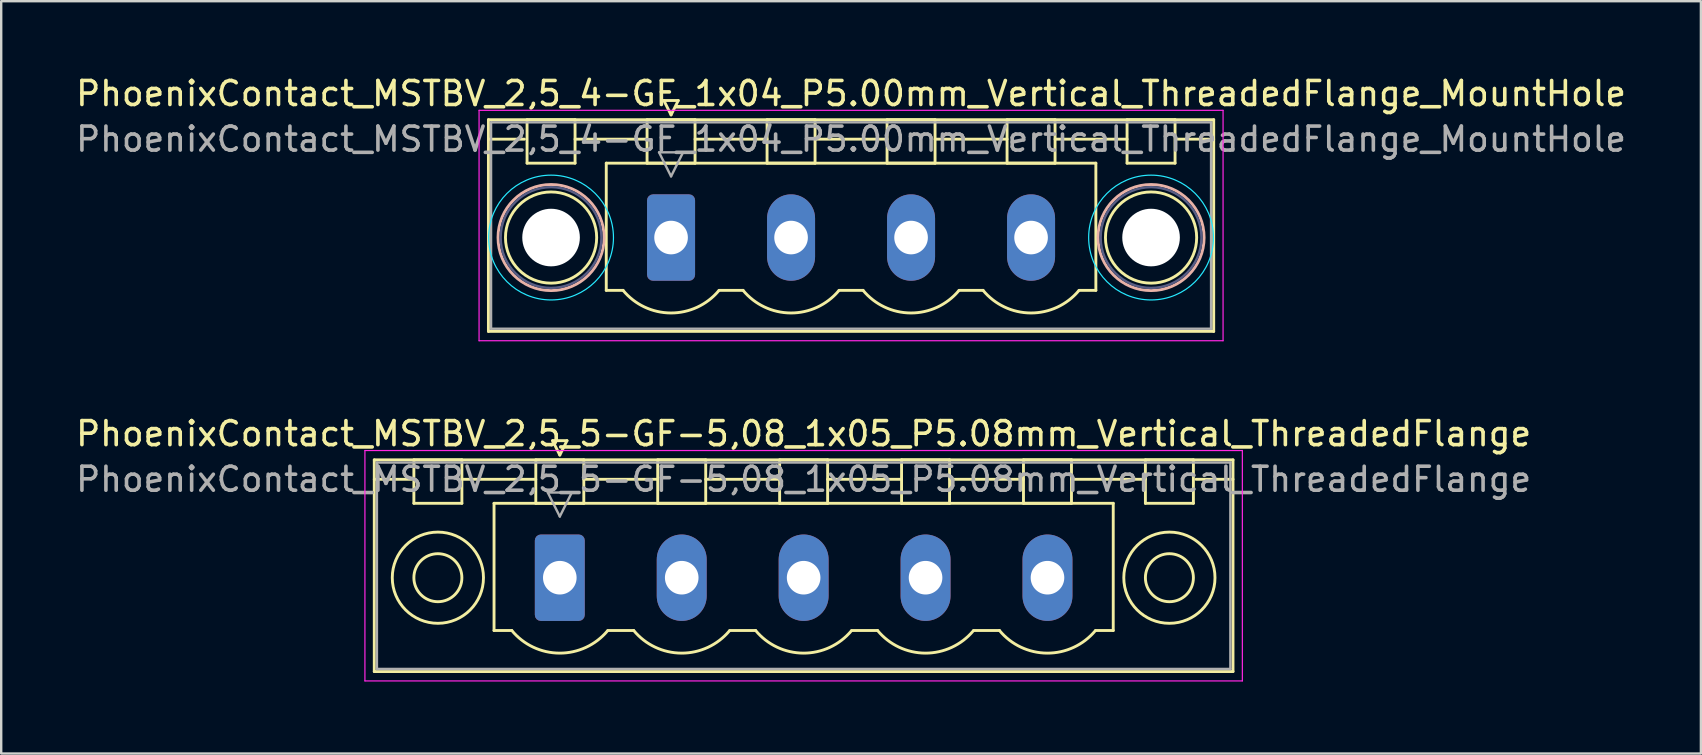
<source format=kicad_pcb>
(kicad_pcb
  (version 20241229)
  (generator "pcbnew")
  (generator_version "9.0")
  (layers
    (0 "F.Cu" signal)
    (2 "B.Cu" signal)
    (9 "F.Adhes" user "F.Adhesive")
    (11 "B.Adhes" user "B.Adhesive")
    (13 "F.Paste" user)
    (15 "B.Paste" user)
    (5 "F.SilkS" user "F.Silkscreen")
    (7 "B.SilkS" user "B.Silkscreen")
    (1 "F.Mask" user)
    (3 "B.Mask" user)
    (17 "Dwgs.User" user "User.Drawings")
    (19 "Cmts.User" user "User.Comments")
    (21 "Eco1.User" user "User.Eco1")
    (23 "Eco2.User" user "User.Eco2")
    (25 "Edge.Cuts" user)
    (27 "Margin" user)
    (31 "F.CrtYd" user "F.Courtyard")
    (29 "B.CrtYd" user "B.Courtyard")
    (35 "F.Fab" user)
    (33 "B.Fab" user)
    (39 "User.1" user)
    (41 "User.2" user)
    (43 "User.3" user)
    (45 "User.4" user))
  (footprint "PhoenixContact_MSTBV_2,5_5-GF-5,08_1x05_P5.08mm_Vertical_ThreadedFlange"
    (layer "F.Cu")
    (at 20.275 21.021)
    (property "Reference" "PhoenixContact_MSTBV_2,5_5-GF-5,08_1x05_P5.08mm_Vertical_ThreadedFlange" (at 10.16 -6 0) (layer "F.SilkS") (effects (font (size 1 1) (thickness 0.15))))
    (attr through_hole)
    (fp_line (start -7.73 -4.91) (end -7.73 3.91) (stroke (width 0.12) (type solid)) (layer "F.SilkS"))
    (fp_line (start -7.73 -4.1) (end -6.19 -4.1) (stroke (width 0.12) (type solid)) (layer "F.SilkS"))
    (fp_line (start -7.73 3.91) (end 28.05 3.91) (stroke (width 0.12) (type solid)) (layer "F.SilkS"))
    (fp_line (start -6.08 -4.91) (end -4.08 -4.91) (stroke (width 0.12) (type solid)) (layer "F.SilkS"))
    (fp_line (start -6.08 -3.1) (end -6.08 -4.91) (stroke (width 0.12) (type solid)) (layer "F.SilkS"))
    (fp_line (start -4.08 -4.91) (end -4.08 -3.1) (stroke (width 0.12) (type solid)) (layer "F.SilkS"))
    (fp_line (start -4.08 -4.1) (end -1 -4.1) (stroke (width 0.12) (type solid)) (layer "F.SilkS"))
    (fp_line (start -4.08 -3.1) (end -6.08 -3.1) (stroke (width 0.12) (type solid)) (layer "F.SilkS"))
    (fp_line (start -2.74 -3.1) (end 23.06 -3.1) (stroke (width 0.12) (type solid)) (layer "F.SilkS"))
    (fp_line (start -2.74 2.2) (end -2.74 -3.1) (stroke (width 0.12) (type solid)) (layer "F.SilkS"))
    (fp_line (start -2 2.2) (end -2.74 2.2) (stroke (width 0.12) (type solid)) (layer "F.SilkS"))
    (fp_line (start -1 -4.91) (end 1 -4.91) (stroke (width 0.12) (type solid)) (layer "F.SilkS"))
    (fp_line (start -1 -3.1) (end -1 -4.91) (stroke (width 0.12) (type solid)) (layer "F.SilkS"))
    (fp_line (start -0.3 -5.71) (end 0.3 -5.71) (stroke (width 0.12) (type solid)) (layer "F.SilkS"))
    (fp_line (start 0 -5.11) (end -0.3 -5.71) (stroke (width 0.12) (type solid)) (layer "F.SilkS"))
    (fp_line (start 0.3 -5.71) (end 0 -5.11) (stroke (width 0.12) (type solid)) (layer "F.SilkS"))
    (fp_line (start 1 -4.91) (end 1 -3.1) (stroke (width 0.12) (type solid)) (layer "F.SilkS"))
    (fp_line (start 1 -4.1) (end 4.08 -4.1) (stroke (width 0.12) (type solid)) (layer "F.SilkS"))
    (fp_line (start 1 -3.1) (end -1 -3.1) (stroke (width 0.12) (type solid)) (layer "F.SilkS"))
    (fp_line (start 2 2.2) (end 3.08 2.2) (stroke (width 0.12) (type solid)) (layer "F.SilkS"))
    (fp_line (start 4.08 -4.91) (end 6.08 -4.91) (stroke (width 0.12) (type solid)) (layer "F.SilkS"))
    (fp_line (start 4.08 -3.1) (end 4.08 -4.91) (stroke (width 0.12) (type solid)) (layer "F.SilkS"))
    (fp_line (start 6.08 -4.91) (end 6.08 -3.1) (stroke (width 0.12) (type solid)) (layer "F.SilkS"))
    (fp_line (start 6.08 -4.1) (end 9.16 -4.1) (stroke (width 0.12) (type solid)) (layer "F.SilkS"))
    (fp_line (start 6.08 -3.1) (end 4.08 -3.1) (stroke (width 0.12) (type solid)) (layer "F.SilkS"))
    (fp_line (start 7.08 2.2) (end 8.16 2.2) (stroke (width 0.12) (type solid)) (layer "F.SilkS"))
    (fp_line (start 9.16 -4.91) (end 11.16 -4.91) (stroke (width 0.12) (type solid)) (layer "F.SilkS"))
    (fp_line (start 9.16 -3.1) (end 9.16 -4.91) (stroke (width 0.12) (type solid)) (layer "F.SilkS"))
    (fp_line (start 11.16 -4.91) (end 11.16 -3.1) (stroke (width 0.12) (type solid)) (layer "F.SilkS"))
    (fp_line (start 11.16 -4.1) (end 14.24 -4.1) (stroke (width 0.12) (type solid)) (layer "F.SilkS"))
    (fp_line (start 11.16 -3.1) (end 9.16 -3.1) (stroke (width 0.12) (type solid)) (layer "F.SilkS"))
    (fp_line (start 12.16 2.2) (end 13.24 2.2) (stroke (width 0.12) (type solid)) (layer "F.SilkS"))
    (fp_line (start 14.24 -4.91) (end 16.24 -4.91) (stroke (width 0.12) (type solid)) (layer "F.SilkS"))
    (fp_line (start 14.24 -3.1) (end 14.24 -4.91) (stroke (width 0.12) (type solid)) (layer "F.SilkS"))
    (fp_line (start 16.24 -4.91) (end 16.24 -3.1) (stroke (width 0.12) (type solid)) (layer "F.SilkS"))
    (fp_line (start 16.24 -4.1) (end 19.32 -4.1) (stroke (width 0.12) (type solid)) (layer "F.SilkS"))
    (fp_line (start 16.24 -3.1) (end 14.24 -3.1) (stroke (width 0.12) (type solid)) (layer "F.SilkS"))
    (fp_line (start 17.24 2.2) (end 18.32 2.2) (stroke (width 0.12) (type solid)) (layer "F.SilkS"))
    (fp_line (start 19.32 -4.91) (end 21.32 -4.91) (stroke (width 0.12) (type solid)) (layer "F.SilkS"))
    (fp_line (start 19.32 -3.1) (end 19.32 -4.91) (stroke (width 0.12) (type solid)) (layer "F.SilkS"))
    (fp_line (start 21.32 -4.91) (end 21.32 -3.1) (stroke (width 0.12) (type solid)) (layer "F.SilkS"))
    (fp_line (start 21.32 -4.1) (end 24.4 -4.1) (stroke (width 0.12) (type solid)) (layer "F.SilkS"))
    (fp_line (start 21.32 -3.1) (end 19.32 -3.1) (stroke (width 0.12) (type solid)) (layer "F.SilkS"))
    (fp_line (start 23.06 -3.1) (end 23.06 2.2) (stroke (width 0.12) (type solid)) (layer "F.SilkS"))
    (fp_line (start 23.06 2.2) (end 22.32 2.2) (stroke (width 0.12) (type solid)) (layer "F.SilkS"))
    (fp_line (start 24.4 -4.91) (end 26.4 -4.91) (stroke (width 0.12) (type solid)) (layer "F.SilkS"))
    (fp_line (start 24.4 -3.1) (end 24.4 -4.91) (stroke (width 0.12) (type solid)) (layer "F.SilkS"))
    (fp_line (start 26.4 -4.91) (end 26.4 -3.1) (stroke (width 0.12) (type solid)) (layer "F.SilkS"))
    (fp_line (start 26.4 -3.1) (end 24.4 -3.1) (stroke (width 0.12) (type solid)) (layer "F.SilkS"))
    (fp_line (start 28.05 -4.91) (end -7.73 -4.91) (stroke (width 0.12) (type solid)) (layer "F.SilkS"))
    (fp_line (start 28.05 -4.1) (end 26.51 -4.1) (stroke (width 0.12) (type solid)) (layer "F.SilkS"))
    (fp_line (start 28.05 3.91) (end 28.05 -4.91) (stroke (width 0.12) (type solid)) (layer "F.SilkS"))
    (fp_arc (start 1.986842 2.215821) (mid -0.010289 3.142758) (end -2 2.2) (stroke (width 0.12) (type solid)) (layer "F.SilkS"))
    (fp_arc (start 7.066842 2.215821) (mid 5.069711 3.142758) (end 3.08 2.2) (stroke (width 0.12) (type solid)) (layer "F.SilkS"))
    (fp_arc (start 12.146842 2.215821) (mid 10.149711 3.142758) (end 8.16 2.2) (stroke (width 0.12) (type solid)) (layer "F.SilkS"))
    (fp_arc (start 17.226842 2.215821) (mid 15.229711 3.142758) (end 13.24 2.2) (stroke (width 0.12) (type solid)) (layer "F.SilkS"))
    (fp_arc (start 22.306842 2.215821) (mid 20.309711 3.142758) (end 18.32 2.2) (stroke (width 0.12) (type solid)) (layer "F.SilkS"))
    (fp_circle (center -5.08 0) (end -4.08 0) (stroke (width 0.12) (type solid)) (fill no) (layer "F.SilkS"))
    (fp_circle (center -5.08 0) (end -3.18 0) (stroke (width 0.12) (type solid)) (fill no) (layer "F.SilkS"))
    (fp_circle (center 25.4 0) (end 26.4 0) (stroke (width 0.12) (type solid)) (fill no) (layer "F.SilkS"))
    (fp_circle (center 25.4 0) (end 27.3 0) (stroke (width 0.12) (type solid)) (fill no) (layer "F.SilkS"))
    (fp_line (start -8.12 -5.3) (end -8.12 4.3) (stroke (width 0.05) (type solid)) (layer "F.CrtYd"))
    (fp_line (start -8.12 4.3) (end 28.44 4.3) (stroke (width 0.05) (type solid)) (layer "F.CrtYd"))
    (fp_line (start 28.44 -5.3) (end -8.12 -5.3) (stroke (width 0.05) (type solid)) (layer "F.CrtYd"))
    (fp_line (start 28.44 4.3) (end 28.44 -5.3) (stroke (width 0.05) (type solid)) (layer "F.CrtYd"))
    (fp_line (start -7.62 -4.8) (end -7.62 3.8) (stroke (width 0.1) (type solid)) (layer "F.Fab"))
    (fp_line (start -7.62 3.8) (end 27.94 3.8) (stroke (width 0.1) (type solid)) (layer "F.Fab"))
    (fp_line (start -0.5 -3.55) (end 0.5 -3.55) (stroke (width 0.1) (type solid)) (layer "F.Fab"))
    (fp_line (start 0 -2.55) (end -0.5 -3.55) (stroke (width 0.1) (type solid)) (layer "F.Fab"))
    (fp_line (start 0.5 -3.55) (end 0 -2.55) (stroke (width 0.1) (type solid)) (layer "F.Fab"))
    (fp_line (start 27.94 -4.8) (end -7.62 -4.8) (stroke (width 0.1) (type solid)) (layer "F.Fab"))
    (fp_line (start 27.94 3.8) (end 27.94 -4.8) (stroke (width 0.1) (type solid)) (layer "F.Fab"))
    (fp_text user "${REFERENCE}" (at 10.16 -4.1 0) (layer "F.Fab") (effects (font (size 1 1) (thickness 0.15))))
    (pad "1" thru_hole roundrect (at 0 0) (size 2.08 3.6) (drill 1.4) (layers "*.Cu" "*.Mask") (roundrect_rratio 0.12))
    (pad "2" thru_hole oval (at 5.08 0) (size 2.08 3.6) (drill 1.4) (layers "*.Cu" "*.Mask"))
    (pad "3" thru_hole oval (at 10.16 0) (size 2.08 3.6) (drill 1.4) (layers "*.Cu" "*.Mask"))
    (pad "4" thru_hole oval (at 15.24 0) (size 2.08 3.6) (drill 1.4) (layers "*.Cu" "*.Mask"))
    (pad "5" thru_hole oval (at 20.32 0) (size 2.08 3.6) (drill 1.4) (layers "*.Cu" "*.Mask")))
  (footprint "PhoenixContact_MSTBV_2,5_4-GF_1x04_P5.00mm_Vertical_ThreadedFlange_MountHole"
    (layer "F.Cu")
    (at 24.911 6.848)
    (property "Reference" "PhoenixContact_MSTBV_2,5_4-GF_1x04_P5.00mm_Vertical_ThreadedFlange_MountHole" (at 7.5 -6 0) (layer "F.SilkS") (effects (font (size 1 1) (thickness 0.15))))
    (attr through_hole)
    (fp_line (start -7.61 -4.91) (end -7.61 3.91) (stroke (width 0.12) (type solid)) (layer "F.SilkS"))
    (fp_line (start -7.61 -4.1) (end -6.11 -4.1) (stroke (width 0.12) (type solid)) (layer "F.SilkS"))
    (fp_line (start -7.61 3.91) (end 22.61 3.91) (stroke (width 0.12) (type solid)) (layer "F.SilkS"))
    (fp_line (start -6 -4.91) (end -4 -4.91) (stroke (width 0.12) (type solid)) (layer "F.SilkS"))
    (fp_line (start -6 -3.1) (end -6 -4.91) (stroke (width 0.12) (type solid)) (layer "F.SilkS"))
    (fp_line (start -4 -4.91) (end -4 -3.1) (stroke (width 0.12) (type solid)) (layer "F.SilkS"))
    (fp_line (start -4 -4.1) (end -1 -4.1) (stroke (width 0.12) (type solid)) (layer "F.SilkS"))
    (fp_line (start -4 -3.1) (end -6 -3.1) (stroke (width 0.12) (type solid)) (layer "F.SilkS"))
    (fp_line (start -2.7 -3.1) (end 17.7 -3.1) (stroke (width 0.12) (type solid)) (layer "F.SilkS"))
    (fp_line (start -2.7 2.2) (end -2.7 -3.1) (stroke (width 0.12) (type solid)) (layer "F.SilkS"))
    (fp_line (start -2 2.2) (end -2.7 2.2) (stroke (width 0.12) (type solid)) (layer "F.SilkS"))
    (fp_line (start -1 -4.91) (end 1 -4.91) (stroke (width 0.12) (type solid)) (layer "F.SilkS"))
    (fp_line (start -1 -3.1) (end -1 -4.91) (stroke (width 0.12) (type solid)) (layer "F.SilkS"))
    (fp_line (start -0.3 -5.71) (end 0.3 -5.71) (stroke (width 0.12) (type solid)) (layer "F.SilkS"))
    (fp_line (start 0 -5.11) (end -0.3 -5.71) (stroke (width 0.12) (type solid)) (layer "F.SilkS"))
    (fp_line (start 0.3 -5.71) (end 0 -5.11) (stroke (width 0.12) (type solid)) (layer "F.SilkS"))
    (fp_line (start 1 -4.91) (end 1 -3.1) (stroke (width 0.12) (type solid)) (layer "F.SilkS"))
    (fp_line (start 1 -4.1) (end 4 -4.1) (stroke (width 0.12) (type solid)) (layer "F.SilkS"))
    (fp_line (start 1 -3.1) (end -1 -3.1) (stroke (width 0.12) (type solid)) (layer "F.SilkS"))
    (fp_line (start 2 2.2) (end 3 2.2) (stroke (width 0.12) (type solid)) (layer "F.SilkS"))
    (fp_line (start 4 -4.91) (end 6 -4.91) (stroke (width 0.12) (type solid)) (layer "F.SilkS"))
    (fp_line (start 4 -3.1) (end 4 -4.91) (stroke (width 0.12) (type solid)) (layer "F.SilkS"))
    (fp_line (start 6 -4.91) (end 6 -3.1) (stroke (width 0.12) (type solid)) (layer "F.SilkS"))
    (fp_line (start 6 -4.1) (end 9 -4.1) (stroke (width 0.12) (type solid)) (layer "F.SilkS"))
    (fp_line (start 6 -3.1) (end 4 -3.1) (stroke (width 0.12) (type solid)) (layer "F.SilkS"))
    (fp_line (start 7 2.2) (end 8 2.2) (stroke (width 0.12) (type solid)) (layer "F.SilkS"))
    (fp_line (start 9 -4.91) (end 11 -4.91) (stroke (width 0.12) (type solid)) (layer "F.SilkS"))
    (fp_line (start 9 -3.1) (end 9 -4.91) (stroke (width 0.12) (type solid)) (layer "F.SilkS"))
    (fp_line (start 11 -4.91) (end 11 -3.1) (stroke (width 0.12) (type solid)) (layer "F.SilkS"))
    (fp_line (start 11 -4.1) (end 14 -4.1) (stroke (width 0.12) (type solid)) (layer "F.SilkS"))
    (fp_line (start 11 -3.1) (end 9 -3.1) (stroke (width 0.12) (type solid)) (layer "F.SilkS"))
    (fp_line (start 12 2.2) (end 13 2.2) (stroke (width 0.12) (type solid)) (layer "F.SilkS"))
    (fp_line (start 14 -4.91) (end 16 -4.91) (stroke (width 0.12) (type solid)) (layer "F.SilkS"))
    (fp_line (start 14 -3.1) (end 14 -4.91) (stroke (width 0.12) (type solid)) (layer "F.SilkS"))
    (fp_line (start 16 -4.91) (end 16 -3.1) (stroke (width 0.12) (type solid)) (layer "F.SilkS"))
    (fp_line (start 16 -4.1) (end 19 -4.1) (stroke (width 0.12) (type solid)) (layer "F.SilkS"))
    (fp_line (start 16 -3.1) (end 14 -3.1) (stroke (width 0.12) (type solid)) (layer "F.SilkS"))
    (fp_line (start 17.7 -3.1) (end 17.7 2.2) (stroke (width 0.12) (type solid)) (layer "F.SilkS"))
    (fp_line (start 17.7 2.2) (end 17 2.2) (stroke (width 0.12) (type solid)) (layer "F.SilkS"))
    (fp_line (start 19 -4.91) (end 21 -4.91) (stroke (width 0.12) (type solid)) (layer "F.SilkS"))
    (fp_line (start 19 -3.1) (end 19 -4.91) (stroke (width 0.12) (type solid)) (layer "F.SilkS"))
    (fp_line (start 21 -4.91) (end 21 -3.1) (stroke (width 0.12) (type solid)) (layer "F.SilkS"))
    (fp_line (start 21 -3.1) (end 19 -3.1) (stroke (width 0.12) (type solid)) (layer "F.SilkS"))
    (fp_line (start 22.61 -4.91) (end -7.61 -4.91) (stroke (width 0.12) (type solid)) (layer "F.SilkS"))
    (fp_line (start 22.61 -4.1) (end 21.11 -4.1) (stroke (width 0.12) (type solid)) (layer "F.SilkS"))
    (fp_line (start 22.61 3.91) (end 22.61 -4.91) (stroke (width 0.12) (type solid)) (layer "F.SilkS"))
    (fp_arc (start 1.986842 2.215821) (mid -0.010289 3.142758) (end -2 2.2) (stroke (width 0.12) (type solid)) (layer "F.SilkS"))
    (fp_arc (start 6.986842 2.215821) (mid 4.989711 3.142758) (end 3 2.2) (stroke (width 0.12) (type solid)) (layer "F.SilkS"))
    (fp_arc (start 11.986842 2.215821) (mid 9.989711 3.142758) (end 8 2.2) (stroke (width 0.12) (type solid)) (layer "F.SilkS"))
    (fp_arc (start 16.986842 2.215821) (mid 14.989711 3.142758) (end 13 2.2) (stroke (width 0.12) (type solid)) (layer "F.SilkS"))
    (fp_circle (center -5 0) (end -3.1 0) (stroke (width 0.12) (type solid)) (fill no) (layer "F.SilkS"))
    (fp_circle (center 20 0) (end 21.9 0) (stroke (width 0.12) (type solid)) (fill no) (layer "F.SilkS"))
    (fp_circle (center -5 0) (end -2.79 0) (stroke (width 0.12) (type solid)) (fill no) (layer "B.SilkS"))
    (fp_circle (center 20 0) (end 22.21 0) (stroke (width 0.12) (type solid)) (fill no) (layer "B.SilkS"))
    (fp_circle (center -5 0) (end -2.4 0) (stroke (width 0.05) (type solid)) (fill no) (layer "B.CrtYd"))
    (fp_circle (center 20 0) (end 22.6 0) (stroke (width 0.05) (type solid)) (fill no) (layer "B.CrtYd"))
    (fp_line (start -8 -5.3) (end -8 4.3) (stroke (width 0.05) (type solid)) (layer "F.CrtYd"))
    (fp_line (start -8 4.3) (end 23 4.3) (stroke (width 0.05) (type solid)) (layer "F.CrtYd"))
    (fp_line (start 23 -5.3) (end -8 -5.3) (stroke (width 0.05) (type solid)) (layer "F.CrtYd"))
    (fp_line (start 23 4.3) (end 23 -5.3) (stroke (width 0.05) (type solid)) (layer "F.CrtYd"))
    (fp_circle (center -5 0) (end -2.9 0) (stroke (width 0.1) (type solid)) (fill no) (layer "B.Fab"))
    (fp_circle (center 20 0) (end 22.1 0) (stroke (width 0.1) (type solid)) (fill no) (layer "B.Fab"))
    (fp_line (start -7.5 -4.8) (end -7.5 3.8) (stroke (width 0.1) (type solid)) (layer "F.Fab"))
    (fp_line (start -7.5 3.8) (end 22.5 3.8) (stroke (width 0.1) (type solid)) (layer "F.Fab"))
    (fp_line (start -0.5 -3.55) (end 0.5 -3.55) (stroke (width 0.1) (type solid)) (layer "F.Fab"))
    (fp_line (start 0 -2.55) (end -0.5 -3.55) (stroke (width 0.1) (type solid)) (layer "F.Fab"))
    (fp_line (start 0.5 -3.55) (end 0 -2.55) (stroke (width 0.1) (type solid)) (layer "F.Fab"))
    (fp_line (start 22.5 -4.8) (end -7.5 -4.8) (stroke (width 0.1) (type solid)) (layer "F.Fab"))
    (fp_line (start 22.5 3.8) (end 22.5 -4.8) (stroke (width 0.1) (type solid)) (layer "F.Fab"))
    (fp_text user "${REFERENCE}" (at 7.5 -4.1 0) (layer "F.Fab") (effects (font (size 1 1) (thickness 0.15))))
    (pad "" np_thru_hole circle (at -5 0) (size 2.4 2.4) (drill 2.4) (layers "*.Cu" "*.Mask"))
    (pad "" np_thru_hole circle (at 20 0) (size 2.4 2.4) (drill 2.4) (layers "*.Cu" "*.Mask"))
    (pad "1" thru_hole roundrect (at 0 0) (size 2 3.6) (drill 1.4) (layers "*.Cu" "*.Mask") (roundrect_rratio 0.125))
    (pad "2" thru_hole oval (at 5 0) (size 2 3.6) (drill 1.4) (layers "*.Cu" "*.Mask"))
    (pad "3" thru_hole oval (at 10 0) (size 2 3.6) (drill 1.4) (layers "*.Cu" "*.Mask"))
    (pad "4" thru_hole oval (at 15 0) (size 2 3.6) (drill 1.4) (layers "*.Cu" "*.Mask")))
  (gr_rect
    (start -3 -3)
    (end 67.821 28.346)
    (stroke (width 0.1) (type default))
    (fill no)
    (layer "Edge.Cuts")))
</source>
